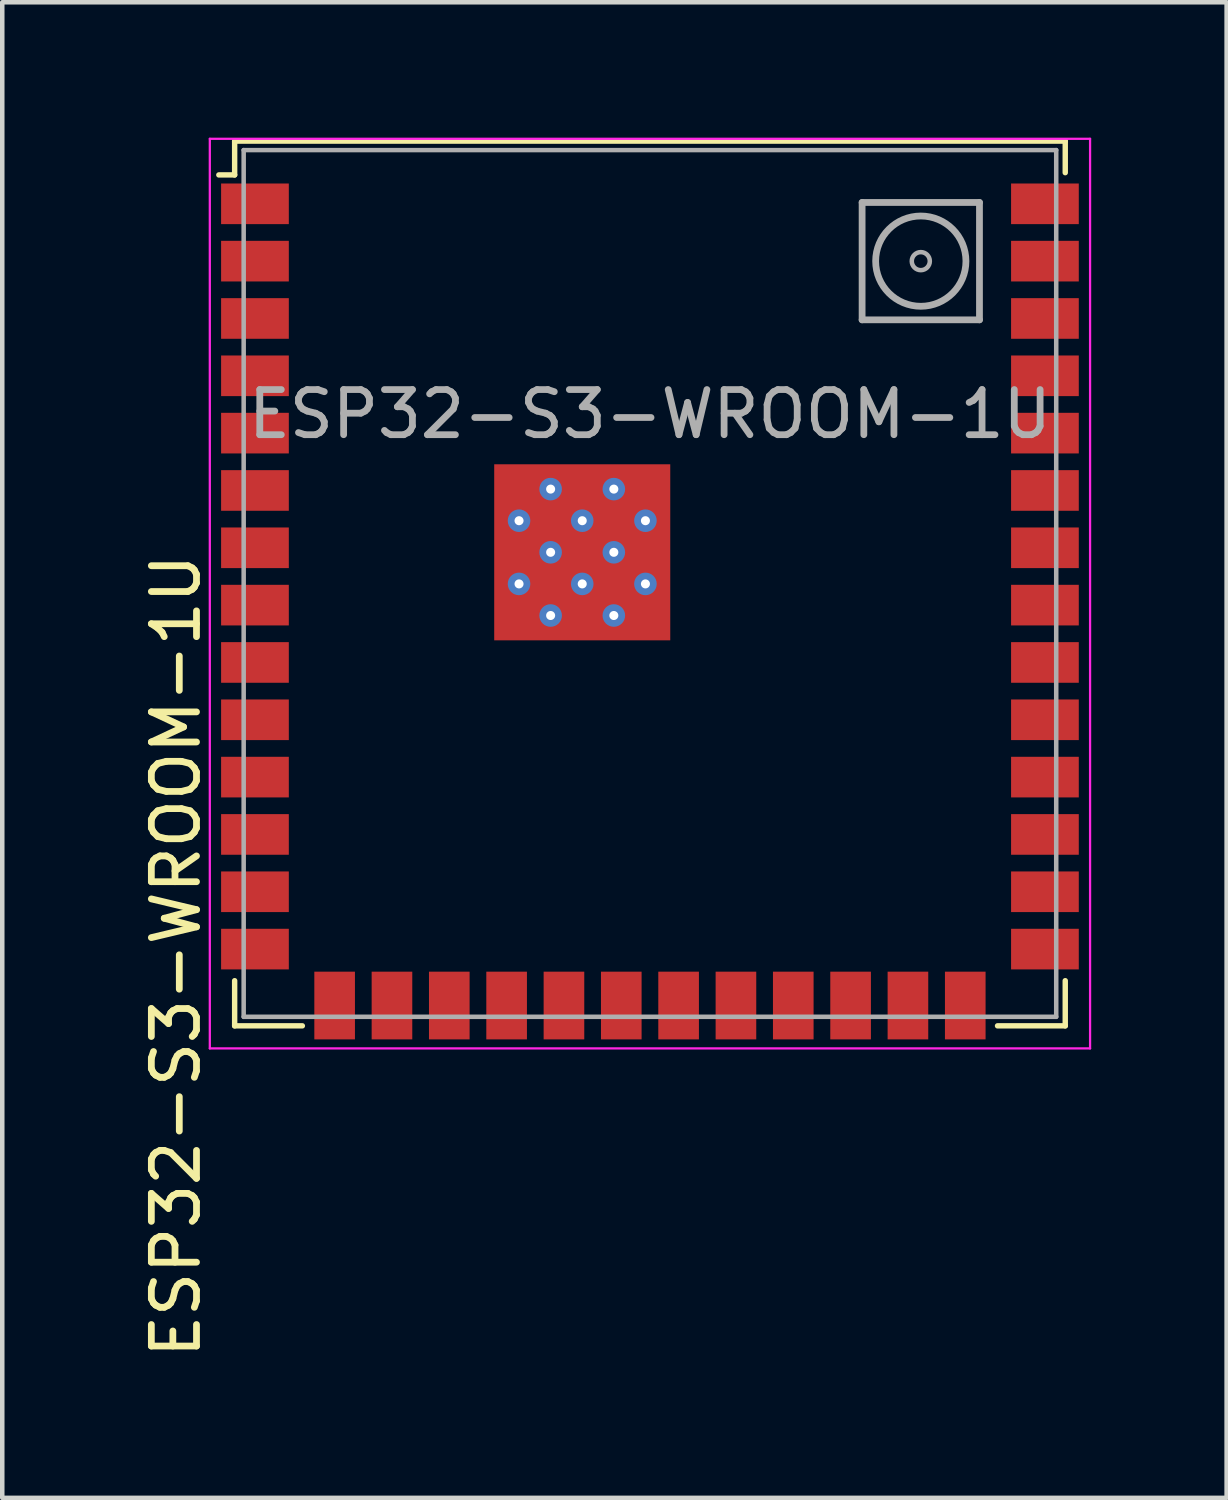
<source format=kicad_pcb>
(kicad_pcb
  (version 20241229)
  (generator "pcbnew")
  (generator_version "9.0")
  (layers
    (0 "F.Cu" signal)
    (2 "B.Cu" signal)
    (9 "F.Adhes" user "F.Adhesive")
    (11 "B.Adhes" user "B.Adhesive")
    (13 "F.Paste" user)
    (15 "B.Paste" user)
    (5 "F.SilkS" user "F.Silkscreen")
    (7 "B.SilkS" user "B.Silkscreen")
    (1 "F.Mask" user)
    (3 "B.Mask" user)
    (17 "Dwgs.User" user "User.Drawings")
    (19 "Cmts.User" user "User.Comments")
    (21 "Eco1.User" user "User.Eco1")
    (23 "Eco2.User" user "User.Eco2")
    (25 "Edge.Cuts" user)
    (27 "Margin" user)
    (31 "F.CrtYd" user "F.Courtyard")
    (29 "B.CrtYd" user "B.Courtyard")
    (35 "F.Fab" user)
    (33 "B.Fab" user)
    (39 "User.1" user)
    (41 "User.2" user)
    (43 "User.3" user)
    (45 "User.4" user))
  (footprint "ESP32-S3-WROOM-1U"
    (layer "F.Cu")
    (at 11.348 9.875)
    (property "Reference" "ESP32-S3-WROOM-1U" (at -10.5 8.25 90) (unlocked yes) (layer "F.SilkS") (effects (font (size 1 1) (thickness 0.15))))
    (attr smd)
    (fp_line (start -9.2 -9.8) (end 9.2 -9.8) (stroke (width 0.12) (type solid)) (layer "F.SilkS"))
    (fp_line (start -9.2 -9.05) (end -9.55 -9.05) (stroke (width 0.12) (type solid)) (layer "F.SilkS"))
    (fp_line (start -9.2 -9.05) (end -9.2 -9.8) (stroke (width 0.12) (type solid)) (layer "F.SilkS"))
    (fp_line (start -9.2 8.8) (end -9.2 9.8) (stroke (width 0.12) (type solid)) (layer "F.SilkS"))
    (fp_line (start -9.2 9.8) (end -7.7 9.8) (stroke (width 0.12) (type solid)) (layer "F.SilkS"))
    (fp_line (start 9.2 -9.8) (end 9.2 -9.1) (stroke (width 0.12) (type solid)) (layer "F.SilkS"))
    (fp_line (start 9.2 9.8) (end 7.7 9.8) (stroke (width 0.12) (type solid)) (layer "F.SilkS"))
    (fp_line (start 9.2 9.8) (end 9.2 8.8) (stroke (width 0.12) (type solid)) (layer "F.SilkS"))
    (fp_line (start -9.75 10.3) (end -9.75 -9.85) (stroke (width 0.05) (type solid)) (layer "F.CrtYd"))
    (fp_line (start -9.75 10.3) (end 9.75 10.3) (stroke (width 0.05) (type solid)) (layer "F.CrtYd"))
    (fp_line (start 9.75 -9.85) (end -9.75 -9.85) (stroke (width 0.05) (type solid)) (layer "F.CrtYd"))
    (fp_line (start 9.75 -9.85) (end 9.75 10.3) (stroke (width 0.05) (type solid)) (layer "F.CrtYd"))
    (fp_line (start -9 -9.6) (end 9 -9.6) (stroke (width 0.1) (type solid)) (layer "F.Fab"))
    (fp_line (start -9 9.6) (end -9 -9.6) (stroke (width 0.1) (type solid)) (layer "F.Fab"))
    (fp_line (start -9 9.6) (end 9 9.6) (stroke (width 0.1) (type solid)) (layer "F.Fab"))
    (fp_line (start 4.7 -8.44) (end 7.3 -8.44) (stroke (width 0.15) (type solid)) (layer "F.Fab"))
    (fp_line (start 4.7 -5.84) (end 4.7 -8.44) (stroke (width 0.15) (type solid)) (layer "F.Fab"))
    (fp_line (start 7.3 -8.44) (end 7.3 -5.84) (stroke (width 0.15) (type solid)) (layer "F.Fab"))
    (fp_line (start 7.3 -5.84) (end 4.7 -5.84) (stroke (width 0.15) (type solid)) (layer "F.Fab"))
    (fp_line (start 9 9.6) (end 9 -9.6) (stroke (width 0.1) (type solid)) (layer "F.Fab"))
    (fp_circle (center 6 -7.14) (end 6 -6.94) (stroke (width 0.1) (type solid)) (fill no) (layer "F.Fab"))
    (fp_circle (center 6 -7.14) (end 7 -7.14) (stroke (width 0.15) (type solid)) (fill no) (layer "F.Fab"))
    (fp_text user "${REFERENCE}" (at 0 -3.75 0) (unlocked yes) (layer "F.Fab") (effects (font (size 1 1) (thickness 0.15))))
    (pad "" smd rect (at -2.904 0.71) (size 0.9 0.9) (layers "F.Mask" "F.Paste"))
    (pad "" smd rect (at -2.9 -2.09) (size 0.9 0.9) (layers "F.Mask" "F.Paste"))
    (pad "" smd rect (at -2.9 -0.69) (size 0.9 0.9) (layers "F.Mask" "F.Paste"))
    (pad "" smd rect (at -1.504 0.71) (size 0.9 0.9) (layers "F.Mask" "F.Paste"))
    (pad "" smd rect (at -1.5 -2.09) (size 0.9 0.9) (layers "F.Mask" "F.Paste"))
    (pad "" smd rect (at -1.5 -0.69) (size 0.9 0.9) (layers "F.Mask" "F.Paste"))
    (pad "" smd rect (at -0.104 0.71) (size 0.9 0.9) (layers "F.Mask" "F.Paste"))
    (pad "" smd rect (at -0.1 -2.09) (size 0.9 0.9) (layers "F.Mask" "F.Paste"))
    (pad "" smd rect (at -0.1 -0.69) (size 0.9 0.9) (layers "F.Mask" "F.Paste"))
    (pad "1" smd rect (at -8.75 -8.41) (size 1.5 0.9) (layers "F.Cu" "F.Mask" "F.Paste"))
    (pad "2" smd rect (at -8.75 -7.14) (size 1.5 0.9) (layers "F.Cu" "F.Mask" "F.Paste"))
    (pad "3" smd rect (at -8.75 -5.87) (size 1.5 0.9) (layers "F.Cu" "F.Mask" "F.Paste"))
    (pad "4" smd rect (at -8.75 -4.6) (size 1.5 0.9) (layers "F.Cu" "F.Mask" "F.Paste"))
    (pad "5" smd rect (at -8.75 -3.33) (size 1.5 0.9) (layers "F.Cu" "F.Mask" "F.Paste"))
    (pad "6" smd rect (at -8.75 -2.06) (size 1.5 0.9) (layers "F.Cu" "F.Mask" "F.Paste"))
    (pad "7" smd rect (at -8.75 -0.79) (size 1.5 0.9) (layers "F.Cu" "F.Mask" "F.Paste"))
    (pad "8" smd rect (at -8.75 0.48) (size 1.5 0.9) (layers "F.Cu" "F.Mask" "F.Paste"))
    (pad "9" smd rect (at -8.75 1.75) (size 1.5 0.9) (layers "F.Cu" "F.Mask" "F.Paste"))
    (pad "10" smd rect (at -8.75 3.02) (size 1.5 0.9) (layers "F.Cu" "F.Mask" "F.Paste"))
    (pad "11" smd rect (at -8.75 4.29) (size 1.5 0.9) (layers "F.Cu" "F.Mask" "F.Paste"))
    (pad "12" smd rect (at -8.75 5.56) (size 1.5 0.9) (layers "F.Cu" "F.Mask" "F.Paste"))
    (pad "13" smd rect (at -8.75 6.83) (size 1.5 0.9) (layers "F.Cu" "F.Mask" "F.Paste"))
    (pad "14" smd rect (at -8.75 8.1 180) (size 1.5 0.9) (layers "F.Cu" "F.Mask" "F.Paste"))
    (pad "15" smd rect (at -6.985 9.35 270) (size 1.5 0.9) (layers "F.Cu" "F.Mask" "F.Paste"))
    (pad "16" smd rect (at -5.715 9.35 270) (size 1.5 0.9) (layers "F.Cu" "F.Mask" "F.Paste"))
    (pad "17" smd rect (at -4.445 9.35 270) (size 1.5 0.9) (layers "F.Cu" "F.Mask" "F.Paste"))
    (pad "18" smd rect (at -3.175 9.35 270) (size 1.5 0.9) (layers "F.Cu" "F.Mask" "F.Paste"))
    (pad "19" smd rect (at -1.905 9.35 270) (size 1.5 0.9) (layers "F.Cu" "F.Mask" "F.Paste"))
    (pad "20" smd rect (at -0.635 9.35 270) (size 1.5 0.9) (layers "F.Cu" "F.Mask" "F.Paste"))
    (pad "21" smd rect (at 0.635 9.35 270) (size 1.5 0.9) (layers "F.Cu" "F.Mask" "F.Paste"))
    (pad "22" smd rect (at 1.905 9.35 270) (size 1.5 0.9) (layers "F.Cu" "F.Mask" "F.Paste"))
    (pad "23" smd rect (at 3.175 9.35 270) (size 1.5 0.9) (layers "F.Cu" "F.Mask" "F.Paste"))
    (pad "24" smd rect (at 4.445 9.35 270) (size 1.5 0.9) (layers "F.Cu" "F.Mask" "F.Paste"))
    (pad "25" smd rect (at 5.715 9.35 270) (size 1.5 0.9) (layers "F.Cu" "F.Mask" "F.Paste"))
    (pad "26" smd rect (at 6.985 9.35 270) (size 1.5 0.9) (layers "F.Cu" "F.Mask" "F.Paste"))
    (pad "27" smd rect (at 8.75 8.1) (size 1.5 0.9) (layers "F.Cu" "F.Mask" "F.Paste"))
    (pad "28" smd rect (at 8.75 6.83) (size 1.5 0.9) (layers "F.Cu" "F.Mask" "F.Paste"))
    (pad "29" smd rect (at 8.75 5.56) (size 1.5 0.9) (layers "F.Cu" "F.Mask" "F.Paste"))
    (pad "30" smd rect (at 8.75 4.29) (size 1.5 0.9) (layers "F.Cu" "F.Mask" "F.Paste"))
    (pad "31" smd rect (at 8.75 3.02) (size 1.5 0.9) (layers "F.Cu" "F.Mask" "F.Paste"))
    (pad "32" smd rect (at 8.75 1.75) (size 1.5 0.9) (layers "F.Cu" "F.Mask" "F.Paste"))
    (pad "33" smd rect (at 8.75 0.48) (size 1.5 0.9) (layers "F.Cu" "F.Mask" "F.Paste"))
    (pad "34" smd rect (at 8.75 -0.79) (size 1.5 0.9) (layers "F.Cu" "F.Mask" "F.Paste"))
    (pad "35" smd rect (at 8.75 -2.06) (size 1.5 0.9) (layers "F.Cu" "F.Mask" "F.Paste"))
    (pad "36" smd rect (at 8.75 -3.33) (size 1.5 0.9) (layers "F.Cu" "F.Mask" "F.Paste"))
    (pad "37" smd rect (at 8.75 -4.6) (size 1.5 0.9) (layers "F.Cu" "F.Mask" "F.Paste"))
    (pad "38" smd rect (at 8.75 -5.87) (size 1.5 0.9) (layers "F.Cu" "F.Mask" "F.Paste"))
    (pad "39" smd rect (at 8.75 -7.14) (size 1.5 0.9) (layers "F.Cu" "F.Mask" "F.Paste"))
    (pad "40" smd rect (at 8.75 -8.41) (size 1.5 0.9) (layers "F.Cu" "F.Mask" "F.Paste"))
    (pad "41" thru_hole circle (at -2.9 -1.39) (size 0.5 0.5) (drill 0.2) (layers "*.Cu"))
    (pad "41" thru_hole circle (at -2.9 0.01) (size 0.5 0.5) (drill 0.2) (layers "*.Cu"))
    (pad "41" thru_hole circle (at -2.2 -2.09) (size 0.5 0.5) (drill 0.2) (layers "*.Cu"))
    (pad "41" thru_hole circle (at -2.2 -0.69) (size 0.5 0.5) (drill 0.2) (layers "*.Cu"))
    (pad "41" thru_hole circle (at -2.2 0.71) (size 0.5 0.5) (drill 0.2) (layers "*.Cu"))
    (pad "41" thru_hole circle (at -1.5 -1.39) (size 0.5 0.5) (drill 0.2) (layers "*.Cu"))
    (pad "41" smd rect (at -1.5 -0.69) (size 3.9 3.9) (layers "F.Cu"))
    (pad "41" thru_hole circle (at -1.5 0.01) (size 0.5 0.5) (drill 0.2) (layers "*.Cu"))
    (pad "41" thru_hole circle (at -0.8 -2.09) (size 0.5 0.5) (drill 0.2) (layers "*.Cu"))
    (pad "41" thru_hole circle (at -0.8 -0.69) (size 0.5 0.5) (drill 0.2) (layers "*.Cu"))
    (pad "41" thru_hole circle (at -0.8 0.71) (size 0.5 0.5) (drill 0.2) (layers "*.Cu"))
    (pad "41" thru_hole circle (at -0.1 -1.39) (size 0.5 0.5) (drill 0.2) (layers "*.Cu"))
    (pad "41" thru_hole circle (at -0.1 0.01) (size 0.5 0.5) (drill 0.2) (layers "*.Cu")))
  (gr_rect
    (start -3 -3)
    (end 24.123 30.131)
    (stroke (width 0.1) (type default))
    (fill no)
    (layer "Edge.Cuts")))
</source>
